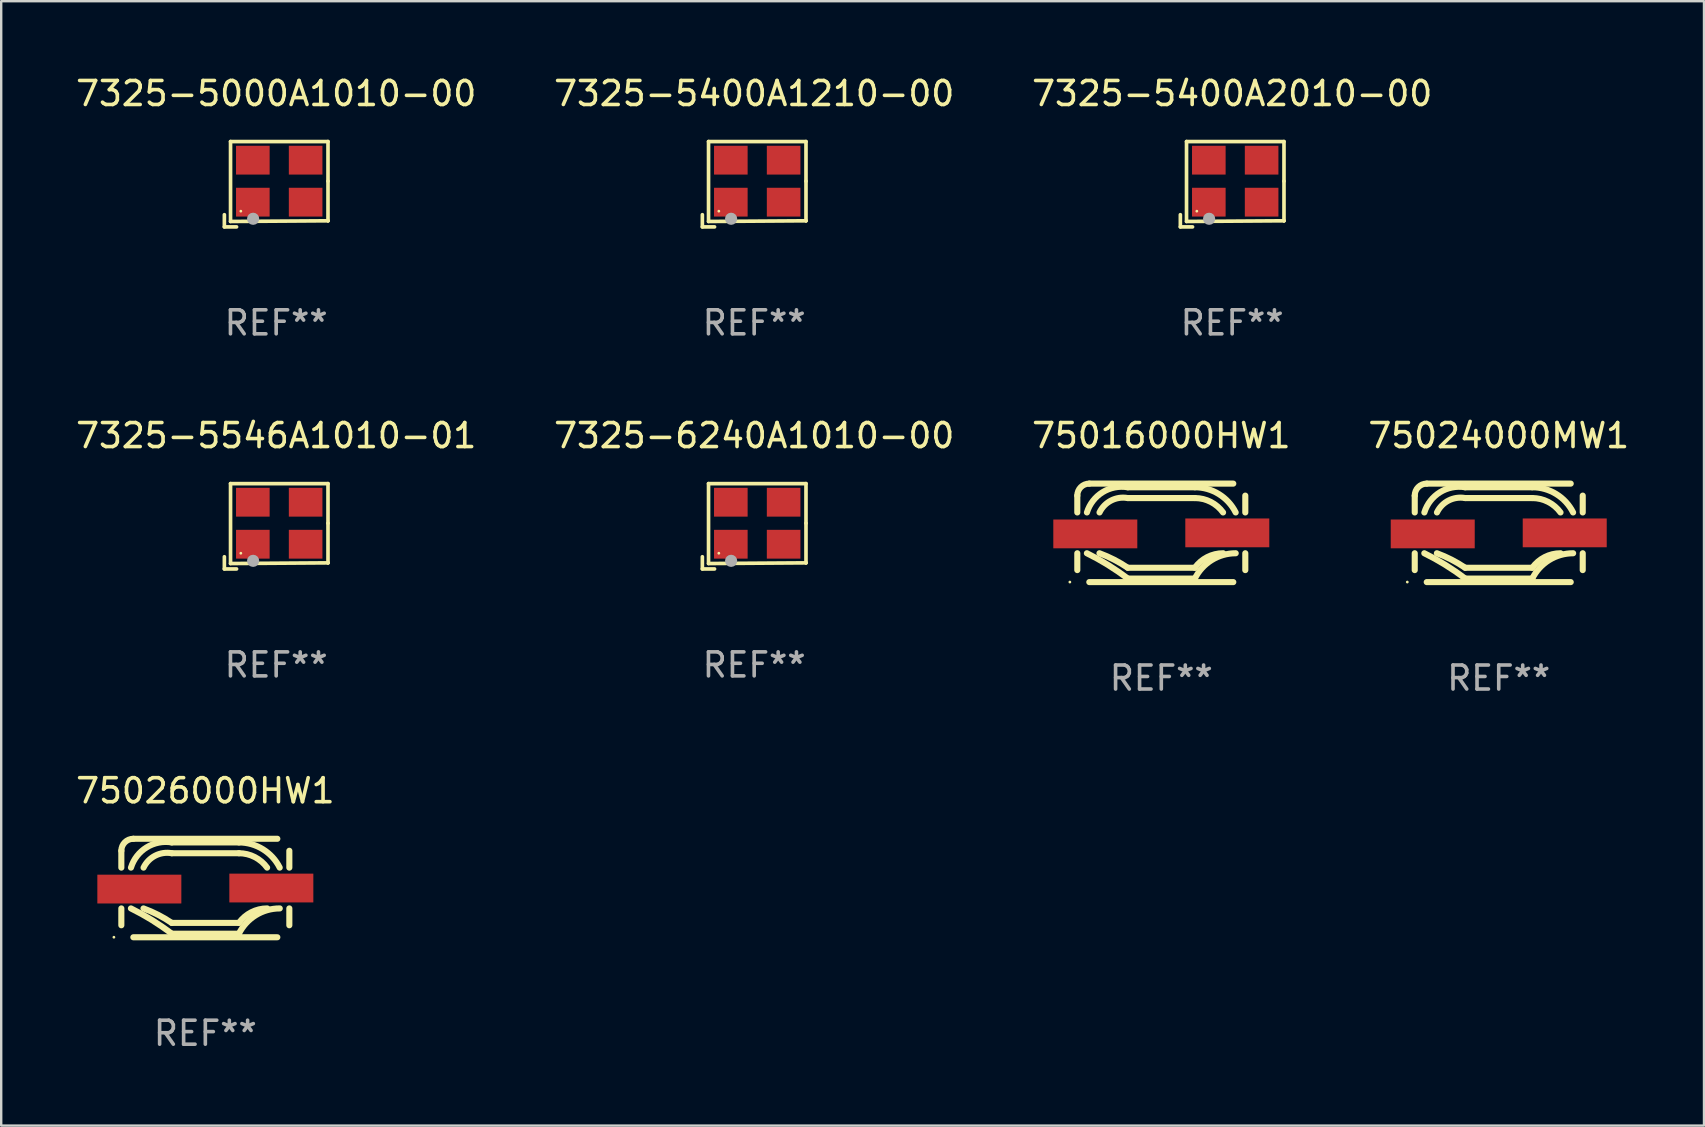
<source format=kicad_pcb>
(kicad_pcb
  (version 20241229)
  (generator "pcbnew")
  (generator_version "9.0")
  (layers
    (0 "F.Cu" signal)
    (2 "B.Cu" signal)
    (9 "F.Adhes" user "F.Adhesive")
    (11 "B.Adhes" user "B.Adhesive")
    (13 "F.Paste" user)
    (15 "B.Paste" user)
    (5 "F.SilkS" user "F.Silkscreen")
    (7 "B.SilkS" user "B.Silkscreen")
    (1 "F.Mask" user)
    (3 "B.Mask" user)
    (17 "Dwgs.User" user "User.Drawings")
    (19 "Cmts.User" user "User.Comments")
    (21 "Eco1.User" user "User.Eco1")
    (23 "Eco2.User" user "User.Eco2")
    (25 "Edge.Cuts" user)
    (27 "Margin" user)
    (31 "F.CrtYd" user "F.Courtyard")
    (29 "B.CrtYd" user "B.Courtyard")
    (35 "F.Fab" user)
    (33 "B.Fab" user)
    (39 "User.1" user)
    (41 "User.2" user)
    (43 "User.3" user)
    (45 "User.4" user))
  (footprint "75026000HW1"
    (layer "F.Cu")
    (at 5.506 33.952)
    (property "Reference" "75026000HW1" (at 0 -4.052 0) (layer "F.SilkS") (effects (font (size 1 1) (thickness 0.15))))
    (attr through_hole)
    (fp_line (start -3.5 -1.552) (end -3.5 -0.85) (stroke (width 0.254) (type solid)) (layer "F.SilkS"))
    (fp_line (start -3.5 0.85) (end -3.5 1.552) (stroke (width 0.254) (type solid)) (layer "F.SilkS"))
    (fp_line (start -3 -2.052) (end 3 -2.052) (stroke (width 0.254) (type solid)) (layer "F.SilkS"))
    (fp_line (start -3 2.052) (end 3 2.052) (stroke (width 0.254) (type solid)) (layer "F.SilkS"))
    (fp_line (start -1.399 1.454) (end 1.399 1.454) (stroke (width 0.254) (type solid)) (layer "F.SilkS"))
    (fp_line (start -1.399 1.904) (end 1.399 1.904) (stroke (width 0.254) (type solid)) (layer "F.SilkS"))
    (fp_line (start 1.399 -1.9) (end -1.399 -1.9) (stroke (width 0.254) (type solid)) (layer "F.SilkS"))
    (fp_line (start 1.399 -1.45) (end -1.399 -1.45) (stroke (width 0.254) (type solid)) (layer "F.SilkS"))
    (fp_line (start 3.5 -0.85) (end 3.5 -1.552) (stroke (width 0.254) (type solid)) (layer "F.SilkS"))
    (fp_line (start 3.5 1.552) (end 3.5 0.85) (stroke (width 0.254) (type solid)) (layer "F.SilkS"))
    (fp_arc (start -3.5 -1.551613) (mid -3.353553 -1.905166) (end -3 -2.051613) (stroke (width 0.254001) (type solid)) (layer "F.SilkS"))
    (fp_arc (start -3.10094 0.850013) (mid -2.223842 1.334917) (end -1.398705 1.903759) (stroke (width 0.254001) (type solid)) (layer "F.SilkS"))
    (fp_arc (start -3.098984 -0.849987) (mid -2.445592 -1.693546) (end -1.398705 -1.899797) (stroke (width 0.254001) (type solid)) (layer "F.SilkS"))
    (fp_arc (start -2.577038 0.850013) (mid -1.969431 1.11589) (end -1.398704 1.453747) (stroke (width 0.254001) (type solid)) (layer "F.SilkS"))
    (fp_arc (start -2.574219 -0.849987) (mid -2.087771 -1.348436) (end -1.398705 -1.449784) (stroke (width 0.254001) (type solid)) (layer "F.SilkS"))
    (fp_arc (start 1.39873 1.453747) (mid 1.915066 1.009732) (end 2.577064 0.850013) (stroke (width 0.254001) (type solid)) (layer "F.SilkS"))
    (fp_arc (start 1.39873 1.903759) (mid 2.099955 1.134771) (end 3.10094 0.850012) (stroke (width 0.254001) (type solid)) (layer "F.SilkS"))
    (fp_arc (start 1.398731 -1.899797) (mid 2.397845 -1.61619) (end 3.098984 -0.849987) (stroke (width 0.254001) (type solid)) (layer "F.SilkS"))
    (fp_arc (start 1.398731 -1.449784) (mid 2.058566 -1.29117) (end 2.574219 -0.849987) (stroke (width 0.254001) (type solid)) (layer "F.SilkS"))
    (fp_circle (center -3.81 2.05) (end -3.78 2.05) (stroke (width 0.06) (type solid)) (fill no) (layer "F.SilkS"))
    (fp_text user "REF**" (at 0 6.052 0) (layer "F.Fab") (effects (font (size 1 1) (thickness 0.15))))
    (pad "1" smd rect (at -2.75 0.044) (size 3.5 1.2) (layers "F.Cu" "F.Mask" "F.Paste"))
    (pad "2" smd rect (at 2.75 0.000406) (size 3.5 1.2) (layers "F.Cu" "F.Mask" "F.Paste")))
  (footprint "7325-5000A1010-00"
    (layer "F.Cu")
    (at 8.458 4.626)
    (property "Reference" "7325-5000A1010-00" (at 0 -3.778 0) (layer "F.SilkS") (effects (font (size 1 1) (thickness 0.15))))
    (attr through_hole)
    (fp_line (start -2.159 1.27) (end -2.159 1.778) (stroke (width 0.152) (type solid)) (layer "F.SilkS"))
    (fp_line (start -2.159 1.778) (end -1.651 1.778) (stroke (width 0.152) (type solid)) (layer "F.SilkS"))
    (fp_line (start -1.902 -1.778) (end 2.159 -1.778) (stroke (width 0.152) (type solid)) (layer "F.SilkS"))
    (fp_line (start -1.902 1.552) (end -1.902 -1.778) (stroke (width 0.152) (type solid)) (layer "F.SilkS"))
    (fp_line (start 2.159 -1.778) (end 2.159 -0.127) (stroke (width 0.152) (type solid)) (layer "F.SilkS"))
    (fp_line (start 2.159 -0.127) (end 2.159 1.524) (stroke (width 0.152) (type solid)) (layer "F.SilkS"))
    (fp_line (start 2.159 1.524) (end -1.902 1.552) (stroke (width 0.152) (type solid)) (layer "F.SilkS"))
    (fp_line (start 2.159 1.524) (end 2.159 1.524) (stroke (width 0.152) (type solid)) (layer "F.SilkS"))
    (fp_circle (center -1.473 1.123) (end -1.443 1.123) (stroke (width 0.06) (type solid)) (fill no) (layer "F.SilkS"))
    (fp_circle (center -0.961 1.44) (end -0.834 1.44) (stroke (width 0.254) (type solid)) (fill no) (layer "F.Fab"))
    (fp_text user "REF**" (at 0 5.778 0) (layer "F.Fab") (effects (font (size 1 1) (thickness 0.15))))
    (pad "1" smd rect (at -0.973 0.748) (size 1.4 1.2) (layers "F.Cu" "F.Mask" "F.Paste"))
    (pad "2" smd rect (at 1.227 0.748) (size 1.4 1.2) (layers "F.Cu" "F.Mask" "F.Paste"))
    (pad "3" smd rect (at 1.227 -1.002) (size 1.4 1.2) (layers "F.Cu" "F.Mask" "F.Paste"))
    (pad "4" smd rect (at -0.973 -1.002) (size 1.4 1.2) (layers "F.Cu" "F.Mask" "F.Paste")))
  (footprint "7325-5400A1210-00"
    (layer "F.Cu")
    (at 28.375 4.626)
    (property "Reference" "7325-5400A1210-00" (at 0 -3.778 0) (layer "F.SilkS") (effects (font (size 1 1) (thickness 0.15))))
    (attr through_hole)
    (fp_line (start -2.159 1.27) (end -2.159 1.778) (stroke (width 0.152) (type solid)) (layer "F.SilkS"))
    (fp_line (start -2.159 1.778) (end -1.651 1.778) (stroke (width 0.152) (type solid)) (layer "F.SilkS"))
    (fp_line (start -1.902 -1.778) (end 2.159 -1.778) (stroke (width 0.152) (type solid)) (layer "F.SilkS"))
    (fp_line (start -1.902 1.552) (end -1.902 -1.778) (stroke (width 0.152) (type solid)) (layer "F.SilkS"))
    (fp_line (start 2.159 -1.778) (end 2.159 -0.127) (stroke (width 0.152) (type solid)) (layer "F.SilkS"))
    (fp_line (start 2.159 -0.127) (end 2.159 1.524) (stroke (width 0.152) (type solid)) (layer "F.SilkS"))
    (fp_line (start 2.159 1.524) (end -1.902 1.552) (stroke (width 0.152) (type solid)) (layer "F.SilkS"))
    (fp_line (start 2.159 1.524) (end 2.159 1.524) (stroke (width 0.152) (type solid)) (layer "F.SilkS"))
    (fp_circle (center -1.473 1.123) (end -1.443 1.123) (stroke (width 0.06) (type solid)) (fill no) (layer "F.SilkS"))
    (fp_circle (center -0.961 1.44) (end -0.834 1.44) (stroke (width 0.254) (type solid)) (fill no) (layer "F.Fab"))
    (fp_text user "REF**" (at 0 5.778 0) (layer "F.Fab") (effects (font (size 1 1) (thickness 0.15))))
    (pad "1" smd rect (at -0.973 0.748) (size 1.4 1.2) (layers "F.Cu" "F.Mask" "F.Paste"))
    (pad "2" smd rect (at 1.227 0.748) (size 1.4 1.2) (layers "F.Cu" "F.Mask" "F.Paste"))
    (pad "3" smd rect (at 1.227 -1.002) (size 1.4 1.2) (layers "F.Cu" "F.Mask" "F.Paste"))
    (pad "4" smd rect (at -0.973 -1.002) (size 1.4 1.2) (layers "F.Cu" "F.Mask" "F.Paste")))
  (footprint "7325-6240A1010-00"
    (layer "F.Cu")
    (at 28.375 18.879)
    (property "Reference" "7325-6240A1010-00" (at 0 -3.778 0) (layer "F.SilkS") (effects (font (size 1 1) (thickness 0.15))))
    (attr through_hole)
    (fp_line (start -2.159 1.27) (end -2.159 1.778) (stroke (width 0.152) (type solid)) (layer "F.SilkS"))
    (fp_line (start -2.159 1.778) (end -1.651 1.778) (stroke (width 0.152) (type solid)) (layer "F.SilkS"))
    (fp_line (start -1.902 -1.778) (end 2.159 -1.778) (stroke (width 0.152) (type solid)) (layer "F.SilkS"))
    (fp_line (start -1.902 1.552) (end -1.902 -1.778) (stroke (width 0.152) (type solid)) (layer "F.SilkS"))
    (fp_line (start 2.159 -1.778) (end 2.159 -0.127) (stroke (width 0.152) (type solid)) (layer "F.SilkS"))
    (fp_line (start 2.159 -0.127) (end 2.159 1.524) (stroke (width 0.152) (type solid)) (layer "F.SilkS"))
    (fp_line (start 2.159 1.524) (end -1.902 1.552) (stroke (width 0.152) (type solid)) (layer "F.SilkS"))
    (fp_line (start 2.159 1.524) (end 2.159 1.524) (stroke (width 0.152) (type solid)) (layer "F.SilkS"))
    (fp_circle (center -1.473 1.123) (end -1.443 1.123) (stroke (width 0.06) (type solid)) (fill no) (layer "F.SilkS"))
    (fp_circle (center -0.961 1.44) (end -0.834 1.44) (stroke (width 0.254) (type solid)) (fill no) (layer "F.Fab"))
    (fp_text user "REF**" (at 0 5.778 0) (layer "F.Fab") (effects (font (size 1 1) (thickness 0.15))))
    (pad "1" smd rect (at -0.973 0.748) (size 1.4 1.2) (layers "F.Cu" "F.Mask" "F.Paste"))
    (pad "2" smd rect (at 1.227 0.748) (size 1.4 1.2) (layers "F.Cu" "F.Mask" "F.Paste"))
    (pad "3" smd rect (at 1.227 -1.002) (size 1.4 1.2) (layers "F.Cu" "F.Mask" "F.Paste"))
    (pad "4" smd rect (at -0.973 -1.002) (size 1.4 1.2) (layers "F.Cu" "F.Mask" "F.Paste")))
  (footprint "7325-5400A2010-00"
    (layer "F.Cu")
    (at 48.292 4.626)
    (property "Reference" "7325-5400A2010-00" (at 0 -3.778 0) (layer "F.SilkS") (effects (font (size 1 1) (thickness 0.15))))
    (attr through_hole)
    (fp_line (start -2.159 1.27) (end -2.159 1.778) (stroke (width 0.152) (type solid)) (layer "F.SilkS"))
    (fp_line (start -2.159 1.778) (end -1.651 1.778) (stroke (width 0.152) (type solid)) (layer "F.SilkS"))
    (fp_line (start -1.902 -1.778) (end 2.159 -1.778) (stroke (width 0.152) (type solid)) (layer "F.SilkS"))
    (fp_line (start -1.902 1.552) (end -1.902 -1.778) (stroke (width 0.152) (type solid)) (layer "F.SilkS"))
    (fp_line (start 2.159 -1.778) (end 2.159 -0.127) (stroke (width 0.152) (type solid)) (layer "F.SilkS"))
    (fp_line (start 2.159 -0.127) (end 2.159 1.524) (stroke (width 0.152) (type solid)) (layer "F.SilkS"))
    (fp_line (start 2.159 1.524) (end -1.902 1.552) (stroke (width 0.152) (type solid)) (layer "F.SilkS"))
    (fp_line (start 2.159 1.524) (end 2.159 1.524) (stroke (width 0.152) (type solid)) (layer "F.SilkS"))
    (fp_circle (center -1.473 1.123) (end -1.443 1.123) (stroke (width 0.06) (type solid)) (fill no) (layer "F.SilkS"))
    (fp_circle (center -0.961 1.44) (end -0.834 1.44) (stroke (width 0.254) (type solid)) (fill no) (layer "F.Fab"))
    (fp_text user "REF**" (at 0 5.778 0) (layer "F.Fab") (effects (font (size 1 1) (thickness 0.15))))
    (pad "1" smd rect (at -0.973 0.748) (size 1.4 1.2) (layers "F.Cu" "F.Mask" "F.Paste"))
    (pad "2" smd rect (at 1.227 0.748) (size 1.4 1.2) (layers "F.Cu" "F.Mask" "F.Paste"))
    (pad "3" smd rect (at 1.227 -1.002) (size 1.4 1.2) (layers "F.Cu" "F.Mask" "F.Paste"))
    (pad "4" smd rect (at -0.973 -1.002) (size 1.4 1.2) (layers "F.Cu" "F.Mask" "F.Paste")))
  (footprint "75024000MW1"
    (layer "F.Cu")
    (at 59.399 19.153)
    (property "Reference" "75024000MW1" (at 0 -4.052 0) (layer "F.SilkS") (effects (font (size 1 1) (thickness 0.15))))
    (attr through_hole)
    (fp_line (start -3.5 -1.552) (end -3.5 -0.85) (stroke (width 0.254) (type solid)) (layer "F.SilkS"))
    (fp_line (start -3.5 0.85) (end -3.5 1.552) (stroke (width 0.254) (type solid)) (layer "F.SilkS"))
    (fp_line (start -3 -2.052) (end 3 -2.052) (stroke (width 0.254) (type solid)) (layer "F.SilkS"))
    (fp_line (start -3 2.052) (end 3 2.052) (stroke (width 0.254) (type solid)) (layer "F.SilkS"))
    (fp_line (start -1.399 1.454) (end 1.399 1.454) (stroke (width 0.254) (type solid)) (layer "F.SilkS"))
    (fp_line (start -1.399 1.904) (end 1.399 1.904) (stroke (width 0.254) (type solid)) (layer "F.SilkS"))
    (fp_line (start 1.399 -1.9) (end -1.399 -1.9) (stroke (width 0.254) (type solid)) (layer "F.SilkS"))
    (fp_line (start 1.399 -1.45) (end -1.399 -1.45) (stroke (width 0.254) (type solid)) (layer "F.SilkS"))
    (fp_line (start 3.5 -0.85) (end 3.5 -1.552) (stroke (width 0.254) (type solid)) (layer "F.SilkS"))
    (fp_line (start 3.5 1.552) (end 3.5 0.85) (stroke (width 0.254) (type solid)) (layer "F.SilkS"))
    (fp_arc (start -3.5 -1.551613) (mid -3.353553 -1.905166) (end -3 -2.051613) (stroke (width 0.254001) (type solid)) (layer "F.SilkS"))
    (fp_arc (start -3.10094 0.850013) (mid -2.223842 1.334917) (end -1.398705 1.903759) (stroke (width 0.254001) (type solid)) (layer "F.SilkS"))
    (fp_arc (start -3.098984 -0.849987) (mid -2.445592 -1.693546) (end -1.398705 -1.899797) (stroke (width 0.254001) (type solid)) (layer "F.SilkS"))
    (fp_arc (start -2.577038 0.850013) (mid -1.969431 1.11589) (end -1.398704 1.453747) (stroke (width 0.254001) (type solid)) (layer "F.SilkS"))
    (fp_arc (start -2.574219 -0.849987) (mid -2.087771 -1.348436) (end -1.398705 -1.449784) (stroke (width 0.254001) (type solid)) (layer "F.SilkS"))
    (fp_arc (start 1.39873 1.453747) (mid 1.915066 1.009732) (end 2.577064 0.850013) (stroke (width 0.254001) (type solid)) (layer "F.SilkS"))
    (fp_arc (start 1.39873 1.903759) (mid 2.099955 1.134771) (end 3.10094 0.850012) (stroke (width 0.254001) (type solid)) (layer "F.SilkS"))
    (fp_arc (start 1.398731 -1.899797) (mid 2.397845 -1.61619) (end 3.098984 -0.849987) (stroke (width 0.254001) (type solid)) (layer "F.SilkS"))
    (fp_arc (start 1.398731 -1.449784) (mid 2.058566 -1.29117) (end 2.574219 -0.849987) (stroke (width 0.254001) (type solid)) (layer "F.SilkS"))
    (fp_circle (center -3.81 2.05) (end -3.78 2.05) (stroke (width 0.06) (type solid)) (fill no) (layer "F.SilkS"))
    (fp_text user "REF**" (at 0 6.052 0) (layer "F.Fab") (effects (font (size 1 1) (thickness 0.15))))
    (pad "1" smd rect (at -2.75 0.044) (size 3.5 1.2) (layers "F.Cu" "F.Mask" "F.Paste"))
    (pad "2" smd rect (at 2.75 0.000406) (size 3.5 1.2) (layers "F.Cu" "F.Mask" "F.Paste")))
  (footprint "7325-5546A1010-01"
    (layer "F.Cu")
    (at 8.458 18.879)
    (property "Reference" "7325-5546A1010-01" (at 0 -3.778 0) (layer "F.SilkS") (effects (font (size 1 1) (thickness 0.15))))
    (attr through_hole)
    (fp_line (start -2.159 1.27) (end -2.159 1.778) (stroke (width 0.152) (type solid)) (layer "F.SilkS"))
    (fp_line (start -2.159 1.778) (end -1.651 1.778) (stroke (width 0.152) (type solid)) (layer "F.SilkS"))
    (fp_line (start -1.902 -1.778) (end 2.159 -1.778) (stroke (width 0.152) (type solid)) (layer "F.SilkS"))
    (fp_line (start -1.902 1.552) (end -1.902 -1.778) (stroke (width 0.152) (type solid)) (layer "F.SilkS"))
    (fp_line (start 2.159 -1.778) (end 2.159 -0.127) (stroke (width 0.152) (type solid)) (layer "F.SilkS"))
    (fp_line (start 2.159 -0.127) (end 2.159 1.524) (stroke (width 0.152) (type solid)) (layer "F.SilkS"))
    (fp_line (start 2.159 1.524) (end -1.902 1.552) (stroke (width 0.152) (type solid)) (layer "F.SilkS"))
    (fp_line (start 2.159 1.524) (end 2.159 1.524) (stroke (width 0.152) (type solid)) (layer "F.SilkS"))
    (fp_circle (center -1.473 1.123) (end -1.443 1.123) (stroke (width 0.06) (type solid)) (fill no) (layer "F.SilkS"))
    (fp_circle (center -0.961 1.44) (end -0.834 1.44) (stroke (width 0.254) (type solid)) (fill no) (layer "F.Fab"))
    (fp_text user "REF**" (at 0 5.778 0) (layer "F.Fab") (effects (font (size 1 1) (thickness 0.15))))
    (pad "1" smd rect (at -0.973 0.748) (size 1.4 1.2) (layers "F.Cu" "F.Mask" "F.Paste"))
    (pad "2" smd rect (at 1.227 0.748) (size 1.4 1.2) (layers "F.Cu" "F.Mask" "F.Paste"))
    (pad "3" smd rect (at 1.227 -1.002) (size 1.4 1.2) (layers "F.Cu" "F.Mask" "F.Paste"))
    (pad "4" smd rect (at -0.973 -1.002) (size 1.4 1.2) (layers "F.Cu" "F.Mask" "F.Paste")))
  (footprint "75016000HW1"
    (layer "F.Cu")
    (at 45.339 19.153)
    (property "Reference" "75016000HW1" (at 0 -4.052 0) (layer "F.SilkS") (effects (font (size 1 1) (thickness 0.15))))
    (attr through_hole)
    (fp_line (start -3.5 -1.552) (end -3.5 -0.85) (stroke (width 0.254) (type solid)) (layer "F.SilkS"))
    (fp_line (start -3.5 0.85) (end -3.5 1.552) (stroke (width 0.254) (type solid)) (layer "F.SilkS"))
    (fp_line (start -3 -2.052) (end 3 -2.052) (stroke (width 0.254) (type solid)) (layer "F.SilkS"))
    (fp_line (start -3 2.052) (end 3 2.052) (stroke (width 0.254) (type solid)) (layer "F.SilkS"))
    (fp_line (start -1.399 1.454) (end 1.399 1.454) (stroke (width 0.254) (type solid)) (layer "F.SilkS"))
    (fp_line (start -1.399 1.904) (end 1.399 1.904) (stroke (width 0.254) (type solid)) (layer "F.SilkS"))
    (fp_line (start 1.399 -1.9) (end -1.399 -1.9) (stroke (width 0.254) (type solid)) (layer "F.SilkS"))
    (fp_line (start 1.399 -1.45) (end -1.399 -1.45) (stroke (width 0.254) (type solid)) (layer "F.SilkS"))
    (fp_line (start 3.5 -0.85) (end 3.5 -1.552) (stroke (width 0.254) (type solid)) (layer "F.SilkS"))
    (fp_line (start 3.5 1.552) (end 3.5 0.85) (stroke (width 0.254) (type solid)) (layer "F.SilkS"))
    (fp_arc (start -3.5 -1.551613) (mid -3.353553 -1.905166) (end -3 -2.051613) (stroke (width 0.254001) (type solid)) (layer "F.SilkS"))
    (fp_arc (start -3.10094 0.850013) (mid -2.223842 1.334917) (end -1.398705 1.903759) (stroke (width 0.254001) (type solid)) (layer "F.SilkS"))
    (fp_arc (start -3.098984 -0.849987) (mid -2.445592 -1.693546) (end -1.398705 -1.899797) (stroke (width 0.254001) (type solid)) (layer "F.SilkS"))
    (fp_arc (start -2.577038 0.850013) (mid -1.969431 1.11589) (end -1.398704 1.453747) (stroke (width 0.254001) (type solid)) (layer "F.SilkS"))
    (fp_arc (start -2.574219 -0.849987) (mid -2.087771 -1.348436) (end -1.398705 -1.449784) (stroke (width 0.254001) (type solid)) (layer "F.SilkS"))
    (fp_arc (start 1.39873 1.453747) (mid 1.915066 1.009732) (end 2.577064 0.850013) (stroke (width 0.254001) (type solid)) (layer "F.SilkS"))
    (fp_arc (start 1.39873 1.903759) (mid 2.099955 1.134771) (end 3.10094 0.850012) (stroke (width 0.254001) (type solid)) (layer "F.SilkS"))
    (fp_arc (start 1.398731 -1.899797) (mid 2.397845 -1.61619) (end 3.098984 -0.849987) (stroke (width 0.254001) (type solid)) (layer "F.SilkS"))
    (fp_arc (start 1.398731 -1.449784) (mid 2.058566 -1.29117) (end 2.574219 -0.849987) (stroke (width 0.254001) (type solid)) (layer "F.SilkS"))
    (fp_circle (center -3.81 2.05) (end -3.78 2.05) (stroke (width 0.06) (type solid)) (fill no) (layer "F.SilkS"))
    (fp_text user "REF**" (at 0 6.052 0) (layer "F.Fab") (effects (font (size 1 1) (thickness 0.15))))
    (pad "1" smd rect (at -2.75 0.044) (size 3.5 1.2) (layers "F.Cu" "F.Mask" "F.Paste"))
    (pad "2" smd rect (at 2.75 0.000406) (size 3.5 1.2) (layers "F.Cu" "F.Mask" "F.Paste")))
  (gr_rect
    (start -3 -3)
    (end 67.952 43.852)
    (stroke (width 0.1) (type default))
    (fill no)
    (layer "Edge.Cuts")))
</source>
